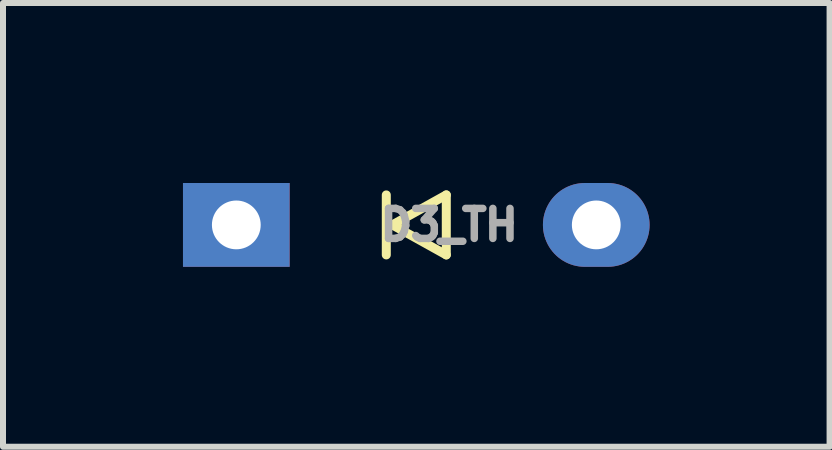
<source format=kicad_pcb>
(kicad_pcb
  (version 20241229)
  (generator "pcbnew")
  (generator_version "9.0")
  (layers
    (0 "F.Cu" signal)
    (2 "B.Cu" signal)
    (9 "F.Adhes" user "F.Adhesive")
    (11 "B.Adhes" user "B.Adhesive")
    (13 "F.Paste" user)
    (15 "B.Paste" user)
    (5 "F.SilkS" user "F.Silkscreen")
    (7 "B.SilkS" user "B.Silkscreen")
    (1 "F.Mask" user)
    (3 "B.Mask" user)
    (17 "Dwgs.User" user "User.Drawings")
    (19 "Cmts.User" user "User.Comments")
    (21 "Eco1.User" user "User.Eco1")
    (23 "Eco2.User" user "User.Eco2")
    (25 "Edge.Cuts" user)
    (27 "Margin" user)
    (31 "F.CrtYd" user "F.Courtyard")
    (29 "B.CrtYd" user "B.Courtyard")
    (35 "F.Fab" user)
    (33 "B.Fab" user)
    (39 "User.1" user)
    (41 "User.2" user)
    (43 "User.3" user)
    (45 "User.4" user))
  (footprint "D3_TH"
    (layer "F.Cu")
    (at 3.889 0.699)
    (property "Reference" "D3_TH" (at 0.55 0 180) (layer "F.Fab") (effects (font (size 0.5 0.5) (thickness 0.125))))
    (attr through_hole)
    (fp_line (start -0.5 -0.5) (end -0.5 0.5) (stroke (width 0.15) (type solid)) (layer "F.SilkS"))
    (fp_line (start -0.4 0) (end 0.5 -0.5) (stroke (width 0.15) (type solid)) (layer "F.SilkS"))
    (fp_line (start 0.5 -0.5) (end 0.5 0.5) (stroke (width 0.15) (type solid)) (layer "F.SilkS"))
    (fp_line (start 0.5 0.5) (end -0.4 0) (stroke (width 0.15) (type solid)) (layer "F.SilkS"))
    (pad "1" thru_hole rect (at -3 0) (size 1.778 1.397) (drill 0.813) (layers "*.Cu" "*.Mask"))
    (pad "2" thru_hole oval (at 3 0) (size 1.778 1.397) (drill 0.813) (layers "*.Cu" "*.Mask")))
  (gr_rect
    (start -3 -3)
    (end 10.778 4.397)
    (stroke (width 0.1) (type default))
    (fill no)
    (layer "Edge.Cuts")))
</source>
